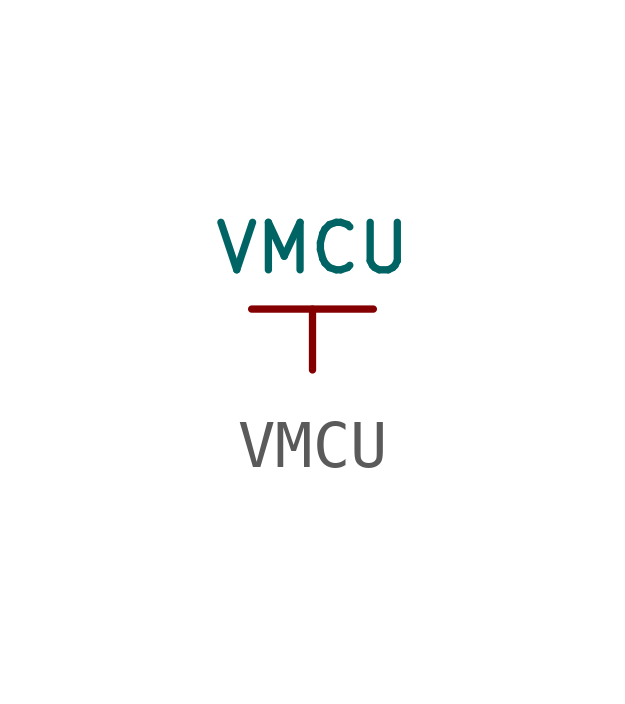
<source format=kicad_sym>
(kicad_symbol_lib
  (version 20220914)
  (generator kicad_symbol_editor)
  (symbol "VMCU"
    (power)
    (pin_numbers hide)
    (pin_names
      (offset 0) hide)
    (property "Reference" "#PWR"
      (at 0 -2.54 0)
      (effects (font (size 1.524 1.524)) hide))
    (property "Value" "VMCU"
      (at 0 1.27 0)
      (effects (font (size 0.991 0.991))))
    (property "Footprint" ""
      (at 0 0 0)
      (effects (font (size 1.524 1.524))))
    (property "Datasheet" ""
      (at 0 0 0)
      (effects (font (size 1.524 1.524))))
    (symbol "VMCU_0_1"
      (polyline (pts (xy -1.27 0) (xy 1.27 0)) (stroke (width 0) (type default)) (fill (type none))))
    (symbol "VMCU_1_1"
      (pin power_in line (at 0 -1.27 90) (length 1.27) (name "VMCU" (effects (font (size 1.27 1.27)))) (number "1" (effects (font (size 1.27 1.27))))))))
</source>
